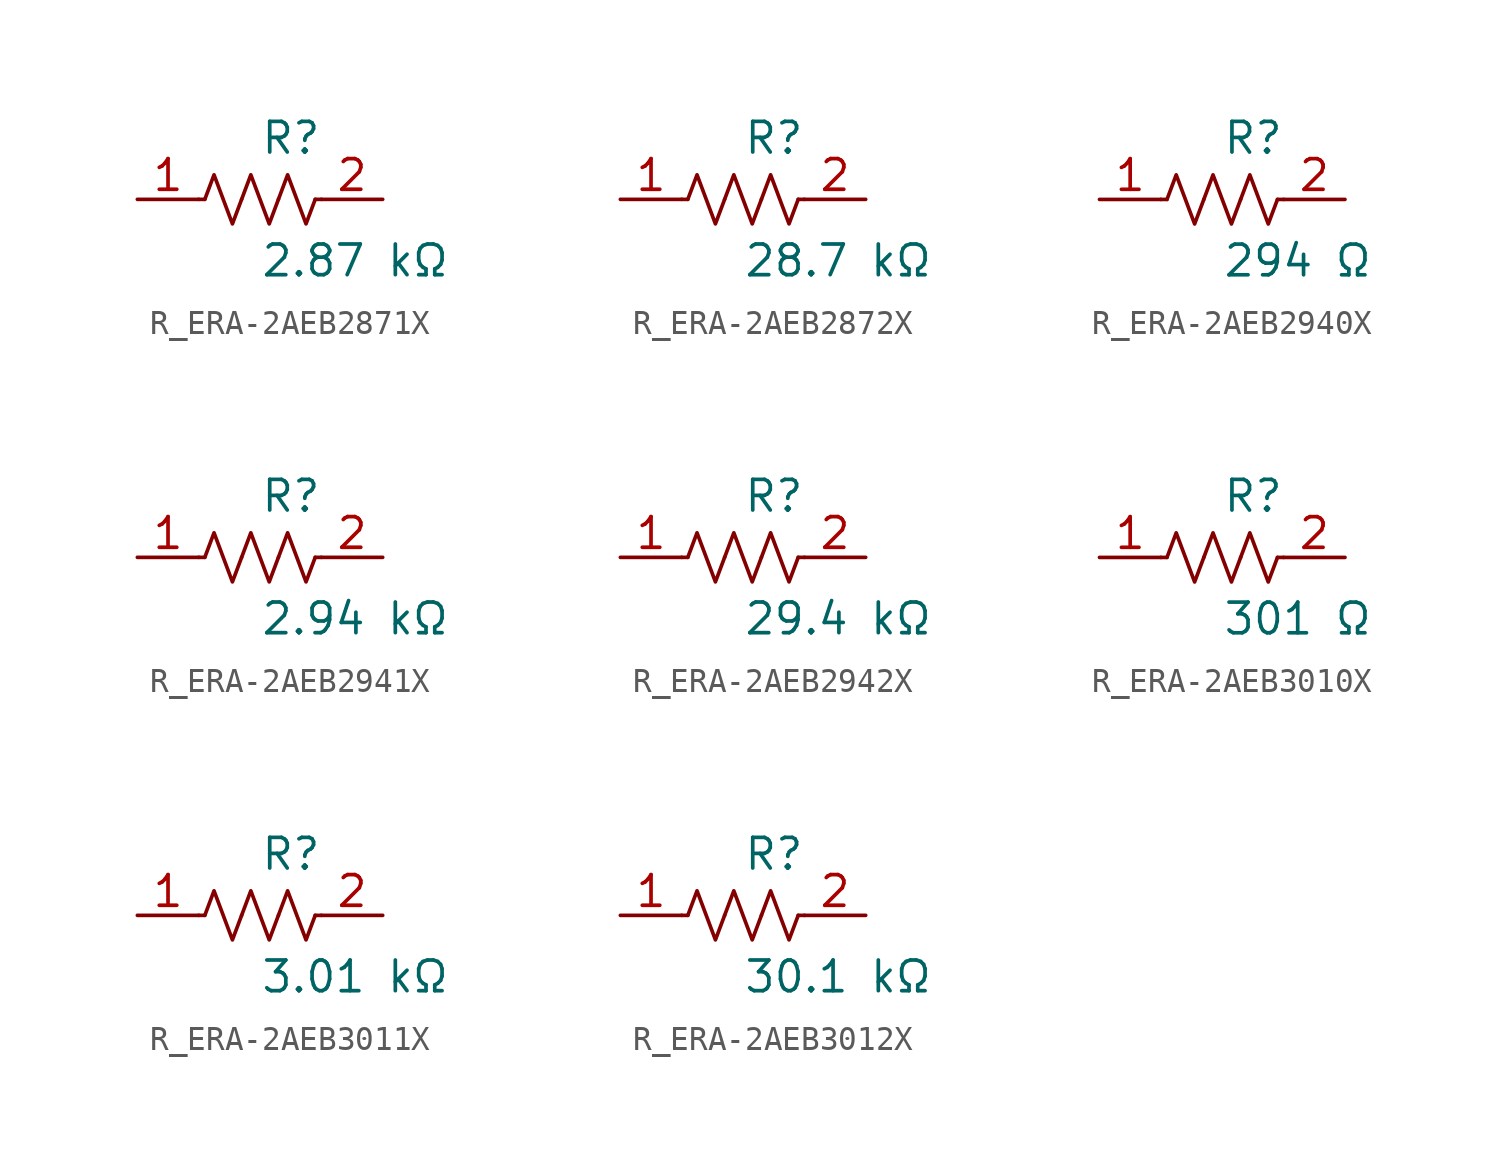
<source format=kicad_sym>
(kicad_symbol_lib
  (version 20231120)
  (generator kicad_symbol_editor)
  (generator_version 8.0)
  (symbol "R_ERA-2AEB2871X"
    (pin_names
      (offset 0.254))
    (property "Reference" "R"
      (at 0.0 2.54 0)
      (effects (font (size 1.27 1.27)) (justify left)))
    (property "Value" "2.87 kΩ"
      (at 0.0 -2.54 0)
      (effects (font (size 1.27 1.27)) (justify left)))
    (symbol "R_ERA-2AEB2871X_0_1"
      (polyline (pts (xy 2.286 0) (xy 2.54 0)) (stroke (width 0) (type default)) (fill (type none)))
      (polyline (pts (xy -2.286 0) (xy -2.54 0)) (stroke (width 0) (type default)) (fill (type none)))
      (polyline (pts (xy 0.762 0) (xy 1.143 1.016) (xy 1.524 0) (xy 1.905 -1.016) (xy 2.286 0)) (stroke (width 0) (type default)) (fill (type none)))
      (polyline (pts (xy -0.762 0) (xy -0.381 1.016) (xy 0 0) (xy 0.381 -1.016) (xy 0.762 0)) (stroke (width 0) (type default)) (fill (type none)))
      (polyline (pts (xy -2.286 0) (xy -1.905 1.016) (xy -1.524 0) (xy -1.143 -1.016) (xy -0.762 0)) (stroke (width 0) (type default)) (fill (type none))))
    (pin unspecified line
      (at -5.08 0 0)
      (length 2.54)
      (name "" (effects (font (size 1.27 1.27))))
      (number "1" (effects (font (size 1.27 1.27)))))
    (pin unspecified line
      (at 5.08 0 180)
      (length 2.54)
      (name "" (effects (font (size 1.27 1.27))))
      (number "2" (effects (font (size 1.27 1.27))))))
  (symbol "R_ERA-2AEB2872X"
    (pin_names
      (offset 0.254))
    (property "Reference" "R"
      (at 0.0 2.54 0)
      (effects (font (size 1.27 1.27)) (justify left)))
    (property "Value" "28.7 kΩ"
      (at 0.0 -2.54 0)
      (effects (font (size 1.27 1.27)) (justify left)))
    (symbol "R_ERA-2AEB2872X_0_1"
      (polyline (pts (xy 2.286 0) (xy 2.54 0)) (stroke (width 0) (type default)) (fill (type none)))
      (polyline (pts (xy -2.286 0) (xy -2.54 0)) (stroke (width 0) (type default)) (fill (type none)))
      (polyline (pts (xy 0.762 0) (xy 1.143 1.016) (xy 1.524 0) (xy 1.905 -1.016) (xy 2.286 0)) (stroke (width 0) (type default)) (fill (type none)))
      (polyline (pts (xy -0.762 0) (xy -0.381 1.016) (xy 0 0) (xy 0.381 -1.016) (xy 0.762 0)) (stroke (width 0) (type default)) (fill (type none)))
      (polyline (pts (xy -2.286 0) (xy -1.905 1.016) (xy -1.524 0) (xy -1.143 -1.016) (xy -0.762 0)) (stroke (width 0) (type default)) (fill (type none))))
    (pin unspecified line
      (at -5.08 0 0)
      (length 2.54)
      (name "" (effects (font (size 1.27 1.27))))
      (number "1" (effects (font (size 1.27 1.27)))))
    (pin unspecified line
      (at 5.08 0 180)
      (length 2.54)
      (name "" (effects (font (size 1.27 1.27))))
      (number "2" (effects (font (size 1.27 1.27))))))
  (symbol "R_ERA-2AEB2940X"
    (pin_names
      (offset 0.254))
    (property "Reference" "R"
      (at 0.0 2.54 0)
      (effects (font (size 1.27 1.27)) (justify left)))
    (property "Value" "294 Ω"
      (at 0.0 -2.54 0)
      (effects (font (size 1.27 1.27)) (justify left)))
    (symbol "R_ERA-2AEB2940X_0_1"
      (polyline (pts (xy 2.286 0) (xy 2.54 0)) (stroke (width 0) (type default)) (fill (type none)))
      (polyline (pts (xy -2.286 0) (xy -2.54 0)) (stroke (width 0) (type default)) (fill (type none)))
      (polyline (pts (xy 0.762 0) (xy 1.143 1.016) (xy 1.524 0) (xy 1.905 -1.016) (xy 2.286 0)) (stroke (width 0) (type default)) (fill (type none)))
      (polyline (pts (xy -0.762 0) (xy -0.381 1.016) (xy 0 0) (xy 0.381 -1.016) (xy 0.762 0)) (stroke (width 0) (type default)) (fill (type none)))
      (polyline (pts (xy -2.286 0) (xy -1.905 1.016) (xy -1.524 0) (xy -1.143 -1.016) (xy -0.762 0)) (stroke (width 0) (type default)) (fill (type none))))
    (pin unspecified line
      (at -5.08 0 0)
      (length 2.54)
      (name "" (effects (font (size 1.27 1.27))))
      (number "1" (effects (font (size 1.27 1.27)))))
    (pin unspecified line
      (at 5.08 0 180)
      (length 2.54)
      (name "" (effects (font (size 1.27 1.27))))
      (number "2" (effects (font (size 1.27 1.27))))))
  (symbol "R_ERA-2AEB2941X"
    (pin_names
      (offset 0.254))
    (property "Reference" "R"
      (at 0.0 2.54 0)
      (effects (font (size 1.27 1.27)) (justify left)))
    (property "Value" "2.94 kΩ"
      (at 0.0 -2.54 0)
      (effects (font (size 1.27 1.27)) (justify left)))
    (symbol "R_ERA-2AEB2941X_0_1"
      (polyline (pts (xy 2.286 0) (xy 2.54 0)) (stroke (width 0) (type default)) (fill (type none)))
      (polyline (pts (xy -2.286 0) (xy -2.54 0)) (stroke (width 0) (type default)) (fill (type none)))
      (polyline (pts (xy 0.762 0) (xy 1.143 1.016) (xy 1.524 0) (xy 1.905 -1.016) (xy 2.286 0)) (stroke (width 0) (type default)) (fill (type none)))
      (polyline (pts (xy -0.762 0) (xy -0.381 1.016) (xy 0 0) (xy 0.381 -1.016) (xy 0.762 0)) (stroke (width 0) (type default)) (fill (type none)))
      (polyline (pts (xy -2.286 0) (xy -1.905 1.016) (xy -1.524 0) (xy -1.143 -1.016) (xy -0.762 0)) (stroke (width 0) (type default)) (fill (type none))))
    (pin unspecified line
      (at -5.08 0 0)
      (length 2.54)
      (name "" (effects (font (size 1.27 1.27))))
      (number "1" (effects (font (size 1.27 1.27)))))
    (pin unspecified line
      (at 5.08 0 180)
      (length 2.54)
      (name "" (effects (font (size 1.27 1.27))))
      (number "2" (effects (font (size 1.27 1.27))))))
  (symbol "R_ERA-2AEB2942X"
    (pin_names
      (offset 0.254))
    (property "Reference" "R"
      (at 0.0 2.54 0)
      (effects (font (size 1.27 1.27)) (justify left)))
    (property "Value" "29.4 kΩ"
      (at 0.0 -2.54 0)
      (effects (font (size 1.27 1.27)) (justify left)))
    (symbol "R_ERA-2AEB2942X_0_1"
      (polyline (pts (xy 2.286 0) (xy 2.54 0)) (stroke (width 0) (type default)) (fill (type none)))
      (polyline (pts (xy -2.286 0) (xy -2.54 0)) (stroke (width 0) (type default)) (fill (type none)))
      (polyline (pts (xy 0.762 0) (xy 1.143 1.016) (xy 1.524 0) (xy 1.905 -1.016) (xy 2.286 0)) (stroke (width 0) (type default)) (fill (type none)))
      (polyline (pts (xy -0.762 0) (xy -0.381 1.016) (xy 0 0) (xy 0.381 -1.016) (xy 0.762 0)) (stroke (width 0) (type default)) (fill (type none)))
      (polyline (pts (xy -2.286 0) (xy -1.905 1.016) (xy -1.524 0) (xy -1.143 -1.016) (xy -0.762 0)) (stroke (width 0) (type default)) (fill (type none))))
    (pin unspecified line
      (at -5.08 0 0)
      (length 2.54)
      (name "" (effects (font (size 1.27 1.27))))
      (number "1" (effects (font (size 1.27 1.27)))))
    (pin unspecified line
      (at 5.08 0 180)
      (length 2.54)
      (name "" (effects (font (size 1.27 1.27))))
      (number "2" (effects (font (size 1.27 1.27))))))
  (symbol "R_ERA-2AEB3010X"
    (pin_names
      (offset 0.254))
    (property "Reference" "R"
      (at 0.0 2.54 0)
      (effects (font (size 1.27 1.27)) (justify left)))
    (property "Value" "301 Ω"
      (at 0.0 -2.54 0)
      (effects (font (size 1.27 1.27)) (justify left)))
    (symbol "R_ERA-2AEB3010X_0_1"
      (polyline (pts (xy 2.286 0) (xy 2.54 0)) (stroke (width 0) (type default)) (fill (type none)))
      (polyline (pts (xy -2.286 0) (xy -2.54 0)) (stroke (width 0) (type default)) (fill (type none)))
      (polyline (pts (xy 0.762 0) (xy 1.143 1.016) (xy 1.524 0) (xy 1.905 -1.016) (xy 2.286 0)) (stroke (width 0) (type default)) (fill (type none)))
      (polyline (pts (xy -0.762 0) (xy -0.381 1.016) (xy 0 0) (xy 0.381 -1.016) (xy 0.762 0)) (stroke (width 0) (type default)) (fill (type none)))
      (polyline (pts (xy -2.286 0) (xy -1.905 1.016) (xy -1.524 0) (xy -1.143 -1.016) (xy -0.762 0)) (stroke (width 0) (type default)) (fill (type none))))
    (pin unspecified line
      (at -5.08 0 0)
      (length 2.54)
      (name "" (effects (font (size 1.27 1.27))))
      (number "1" (effects (font (size 1.27 1.27)))))
    (pin unspecified line
      (at 5.08 0 180)
      (length 2.54)
      (name "" (effects (font (size 1.27 1.27))))
      (number "2" (effects (font (size 1.27 1.27))))))
  (symbol "R_ERA-2AEB3011X"
    (pin_names
      (offset 0.254))
    (property "Reference" "R"
      (at 0.0 2.54 0)
      (effects (font (size 1.27 1.27)) (justify left)))
    (property "Value" "3.01 kΩ"
      (at 0.0 -2.54 0)
      (effects (font (size 1.27 1.27)) (justify left)))
    (symbol "R_ERA-2AEB3011X_0_1"
      (polyline (pts (xy 2.286 0) (xy 2.54 0)) (stroke (width 0) (type default)) (fill (type none)))
      (polyline (pts (xy -2.286 0) (xy -2.54 0)) (stroke (width 0) (type default)) (fill (type none)))
      (polyline (pts (xy 0.762 0) (xy 1.143 1.016) (xy 1.524 0) (xy 1.905 -1.016) (xy 2.286 0)) (stroke (width 0) (type default)) (fill (type none)))
      (polyline (pts (xy -0.762 0) (xy -0.381 1.016) (xy 0 0) (xy 0.381 -1.016) (xy 0.762 0)) (stroke (width 0) (type default)) (fill (type none)))
      (polyline (pts (xy -2.286 0) (xy -1.905 1.016) (xy -1.524 0) (xy -1.143 -1.016) (xy -0.762 0)) (stroke (width 0) (type default)) (fill (type none))))
    (pin unspecified line
      (at -5.08 0 0)
      (length 2.54)
      (name "" (effects (font (size 1.27 1.27))))
      (number "1" (effects (font (size 1.27 1.27)))))
    (pin unspecified line
      (at 5.08 0 180)
      (length 2.54)
      (name "" (effects (font (size 1.27 1.27))))
      (number "2" (effects (font (size 1.27 1.27))))))
  (symbol "R_ERA-2AEB3012X"
    (pin_names
      (offset 0.254))
    (property "Reference" "R"
      (at 0.0 2.54 0)
      (effects (font (size 1.27 1.27)) (justify left)))
    (property "Value" "30.1 kΩ"
      (at 0.0 -2.54 0)
      (effects (font (size 1.27 1.27)) (justify left)))
    (symbol "R_ERA-2AEB3012X_0_1"
      (polyline (pts (xy 2.286 0) (xy 2.54 0)) (stroke (width 0) (type default)) (fill (type none)))
      (polyline (pts (xy -2.286 0) (xy -2.54 0)) (stroke (width 0) (type default)) (fill (type none)))
      (polyline (pts (xy 0.762 0) (xy 1.143 1.016) (xy 1.524 0) (xy 1.905 -1.016) (xy 2.286 0)) (stroke (width 0) (type default)) (fill (type none)))
      (polyline (pts (xy -0.762 0) (xy -0.381 1.016) (xy 0 0) (xy 0.381 -1.016) (xy 0.762 0)) (stroke (width 0) (type default)) (fill (type none)))
      (polyline (pts (xy -2.286 0) (xy -1.905 1.016) (xy -1.524 0) (xy -1.143 -1.016) (xy -0.762 0)) (stroke (width 0) (type default)) (fill (type none))))
    (pin unspecified line
      (at -5.08 0 0)
      (length 2.54)
      (name "" (effects (font (size 1.27 1.27))))
      (number "1" (effects (font (size 1.27 1.27)))))
    (pin unspecified line
      (at 5.08 0 180)
      (length 2.54)
      (name "" (effects (font (size 1.27 1.27))))
      (number "2" (effects (font (size 1.27 1.27)))))))
</source>
